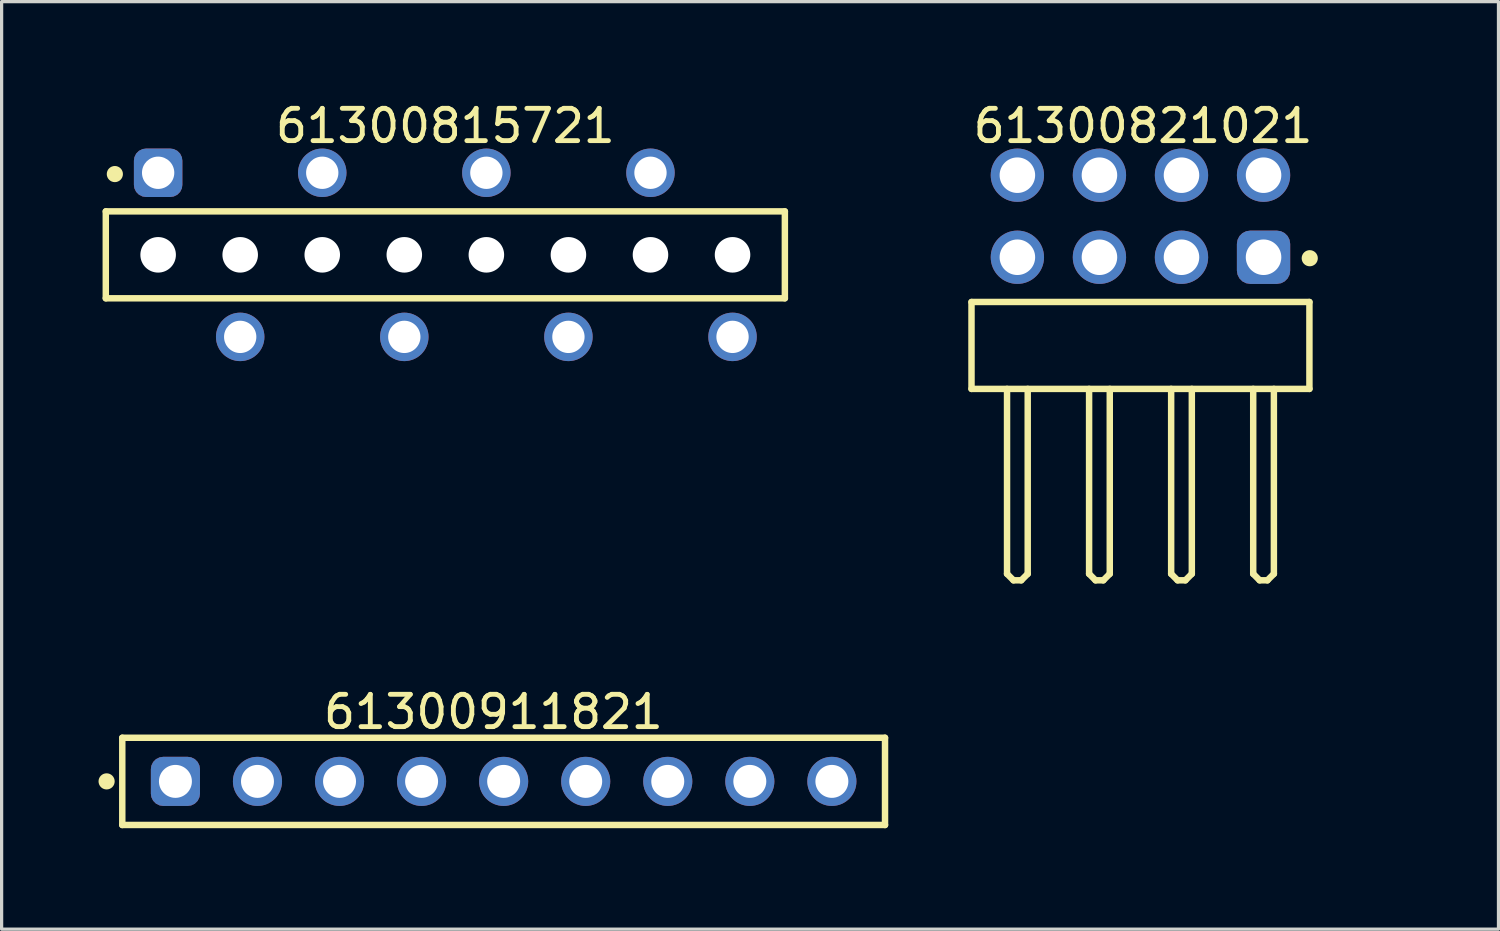
<source format=kicad_pcb>
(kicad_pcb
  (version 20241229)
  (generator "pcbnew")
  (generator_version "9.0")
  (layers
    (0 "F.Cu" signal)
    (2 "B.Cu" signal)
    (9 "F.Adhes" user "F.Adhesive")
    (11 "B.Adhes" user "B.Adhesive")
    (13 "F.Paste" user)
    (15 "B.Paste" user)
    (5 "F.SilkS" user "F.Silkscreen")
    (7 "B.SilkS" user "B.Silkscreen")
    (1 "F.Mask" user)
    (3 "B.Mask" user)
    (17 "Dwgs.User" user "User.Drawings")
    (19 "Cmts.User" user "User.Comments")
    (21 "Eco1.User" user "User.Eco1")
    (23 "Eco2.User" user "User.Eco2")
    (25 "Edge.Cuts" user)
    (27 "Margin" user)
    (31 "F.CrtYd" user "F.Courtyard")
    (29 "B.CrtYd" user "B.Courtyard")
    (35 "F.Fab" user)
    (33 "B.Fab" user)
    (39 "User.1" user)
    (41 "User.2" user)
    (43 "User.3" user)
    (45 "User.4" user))
  (footprint "61300911821"
    (layer "F.Cu")
    (at 12.54 21.137)
    (property "Reference" "61300911821" (at -0.318 -2.15 0) (layer "F.SilkS") (effects (font (size 1 1) (thickness 0.15))))
    (fp_line (start -11.805 -1.35) (end 11.805 -1.35) (stroke (width 0.2) (type solid)) (layer "F.SilkS"))
    (fp_line (start -11.805 1.35) (end -11.805 -1.35) (stroke (width 0.2) (type solid)) (layer "F.SilkS"))
    (fp_line (start -11.805 1.35) (end 11.805 1.35) (stroke (width 0.2) (type solid)) (layer "F.SilkS"))
    (fp_line (start 11.805 1.35) (end 11.805 -1.35) (stroke (width 0.2) (type solid)) (layer "F.SilkS"))
    (fp_circle (center -12.29 0) (end -12.29 -0.125) (stroke (width 0.25) (type solid)) (fill no) (layer "F.SilkS"))
    (fp_line (start -12.005 -1.55) (end 12.005 -1.55) (stroke (width 0.05) (type solid)) (layer "Eco2.User"))
    (fp_line (start -12.005 1.55) (end -12.005 -1.55) (stroke (width 0.05) (type solid)) (layer "Eco2.User"))
    (fp_line (start -12.005 1.55) (end 12.005 1.55) (stroke (width 0.05) (type solid)) (layer "Eco2.User"))
    (fp_line (start -11.68 -1.25) (end 11.68 -1.25) (stroke (width 0.1) (type solid)) (layer "Eco2.User"))
    (fp_line (start -11.68 1.25) (end -11.68 -1.25) (stroke (width 0.1) (type solid)) (layer "Eco2.User"))
    (fp_line (start -11.68 1.25) (end 11.68 1.25) (stroke (width 0.1) (type solid)) (layer "Eco2.User"))
    (fp_line (start -0.5 0) (end 0.5 0) (stroke (width 0.05) (type solid)) (layer "Eco2.User"))
    (fp_line (start 0 0.5) (end 0 -0.5) (stroke (width 0.05) (type solid)) (layer "Eco2.User"))
    (fp_line (start 11.68 1.25) (end 11.68 -1.25) (stroke (width 0.1) (type solid)) (layer "Eco2.User"))
    (fp_line (start 12.005 1.55) (end 12.005 -1.55) (stroke (width 0.05) (type solid)) (layer "Eco2.User"))
    (fp_text user "${REFERENCE}" (at 0.15 -0.197 0) (unlocked yes) (layer "User.3") (effects (font (size 1.5 1.5) (thickness 0.15))))
    (pad "1" thru_hole roundrect (at -10.16 0) (size 1.52 1.52) (drill 1.02) (layers "*.Cu" "*.Mask") (roundrect_rratio 0.25))
    (pad "2" thru_hole circle (at -7.62 0) (size 1.52 1.52) (drill 1.02) (layers "*.Cu" "*.Mask"))
    (pad "3" thru_hole circle (at -5.08 0) (size 1.52 1.52) (drill 1.02) (layers "*.Cu" "*.Mask"))
    (pad "4" thru_hole circle (at -2.54 0) (size 1.52 1.52) (drill 1.02) (layers "*.Cu" "*.Mask"))
    (pad "5" thru_hole circle (at 0 0) (size 1.52 1.52) (drill 1.02) (layers "*.Cu" "*.Mask"))
    (pad "6" thru_hole circle (at 2.54 0) (size 1.52 1.52) (drill 1.02) (layers "*.Cu" "*.Mask"))
    (pad "7" thru_hole circle (at 5.08 0) (size 1.52 1.52) (drill 1.02) (layers "*.Cu" "*.Mask"))
    (pad "8" thru_hole circle (at 7.62 0) (size 1.52 1.52) (drill 1.02) (layers "*.Cu" "*.Mask"))
    (pad "9" thru_hole circle (at 10.16 0) (size 1.52 1.52) (drill 1.02) (layers "*.Cu" "*.Mask")))
  (footprint "61300815721"
    (layer "F.Cu")
    (at 10.735 4.838)
    (property "Reference" "61300815721" (at 0 -3.99 0) (layer "F.SilkS") (effects (font (size 1 1) (thickness 0.15))))
    (fp_line (start -10.51 -1.345) (end 10.51 -1.345) (stroke (width 0.2) (type solid)) (layer "F.SilkS"))
    (fp_line (start -10.51 1.345) (end -10.51 -1.345) (stroke (width 0.2) (type solid)) (layer "F.SilkS"))
    (fp_line (start -10.51 1.345) (end 10.51 1.345) (stroke (width 0.2) (type solid)) (layer "F.SilkS"))
    (fp_line (start 10.51 1.345) (end 10.51 -1.345) (stroke (width 0.2) (type solid)) (layer "F.SilkS"))
    (fp_circle (center -10.23 -2.5) (end -10.23 -2.625) (stroke (width 0.25) (type solid)) (fill no) (layer "F.SilkS"))
    (fp_line (start -10.71 -3.49) (end 10.71 -3.49) (stroke (width 0.05) (type solid)) (layer "Eco2.User"))
    (fp_line (start -10.71 3.49) (end -10.71 -3.49) (stroke (width 0.05) (type solid)) (layer "Eco2.User"))
    (fp_line (start -10.71 3.49) (end 10.71 3.49) (stroke (width 0.05) (type solid)) (layer "Eco2.User"))
    (fp_line (start -10.41 -1.27) (end 10.41 -1.27) (stroke (width 0.1) (type solid)) (layer "Eco2.User"))
    (fp_line (start -10.41 1.27) (end -10.41 -1.27) (stroke (width 0.1) (type solid)) (layer "Eco2.User"))
    (fp_line (start -10.41 1.27) (end 10.41 1.27) (stroke (width 0.1) (type solid)) (layer "Eco2.User"))
    (fp_line (start -9.29 -2.665) (end -8.49 -2.665) (stroke (width 0.1) (type solid)) (layer "Eco2.User"))
    (fp_line (start -9.29 -1.27) (end -9.29 -2.665) (stroke (width 0.1) (type solid)) (layer "Eco2.User"))
    (fp_line (start -8.49 -1.27) (end -8.49 -2.665) (stroke (width 0.1) (type solid)) (layer "Eco2.User"))
    (fp_line (start -6.75 2.665) (end -6.75 1.27) (stroke (width 0.1) (type solid)) (layer "Eco2.User"))
    (fp_line (start -6.75 2.665) (end -5.95 2.665) (stroke (width 0.1) (type solid)) (layer "Eco2.User"))
    (fp_line (start -5.95 2.665) (end -5.95 1.27) (stroke (width 0.1) (type solid)) (layer "Eco2.User"))
    (fp_line (start -4.21 -2.665) (end -3.41 -2.665) (stroke (width 0.1) (type solid)) (layer "Eco2.User"))
    (fp_line (start -4.21 -1.27) (end -4.21 -2.665) (stroke (width 0.1) (type solid)) (layer "Eco2.User"))
    (fp_line (start -3.41 -1.27) (end -3.41 -2.665) (stroke (width 0.1) (type solid)) (layer "Eco2.User"))
    (fp_line (start -1.67 2.665) (end -1.67 1.27) (stroke (width 0.1) (type solid)) (layer "Eco2.User"))
    (fp_line (start -1.67 2.665) (end -0.87 2.665) (stroke (width 0.1) (type solid)) (layer "Eco2.User"))
    (fp_line (start -0.87 2.665) (end -0.87 1.27) (stroke (width 0.1) (type solid)) (layer "Eco2.User"))
    (fp_line (start -0.5 0) (end 0.5 0) (stroke (width 0.05) (type solid)) (layer "Eco2.User"))
    (fp_line (start 0 0.5) (end 0 -0.5) (stroke (width 0.05) (type solid)) (layer "Eco2.User"))
    (fp_line (start 0.87 -2.665) (end 1.67 -2.665) (stroke (width 0.1) (type solid)) (layer "Eco2.User"))
    (fp_line (start 0.87 -1.27) (end 0.87 -2.665) (stroke (width 0.1) (type solid)) (layer "Eco2.User"))
    (fp_line (start 1.67 -1.27) (end 1.67 -2.665) (stroke (width 0.1) (type solid)) (layer "Eco2.User"))
    (fp_line (start 3.41 2.665) (end 3.41 1.27) (stroke (width 0.1) (type solid)) (layer "Eco2.User"))
    (fp_line (start 3.41 2.665) (end 4.21 2.665) (stroke (width 0.1) (type solid)) (layer "Eco2.User"))
    (fp_line (start 4.21 2.665) (end 4.21 1.27) (stroke (width 0.1) (type solid)) (layer "Eco2.User"))
    (fp_line (start 5.95 -2.665) (end 6.75 -2.665) (stroke (width 0.1) (type solid)) (layer "Eco2.User"))
    (fp_line (start 5.95 -1.27) (end 5.95 -2.665) (stroke (width 0.1) (type solid)) (layer "Eco2.User"))
    (fp_line (start 6.75 -1.27) (end 6.75 -2.665) (stroke (width 0.1) (type solid)) (layer "Eco2.User"))
    (fp_line (start 8.49 2.665) (end 8.49 1.27) (stroke (width 0.1) (type solid)) (layer "Eco2.User"))
    (fp_line (start 8.49 2.665) (end 9.29 2.665) (stroke (width 0.1) (type solid)) (layer "Eco2.User"))
    (fp_line (start 9.29 2.665) (end 9.29 1.27) (stroke (width 0.1) (type solid)) (layer "Eco2.User"))
    (fp_line (start 10.41 1.27) (end 10.41 -1.27) (stroke (width 0.1) (type solid)) (layer "Eco2.User"))
    (fp_line (start 10.71 3.49) (end 10.71 -3.49) (stroke (width 0.05) (type solid)) (layer "Eco2.User"))
    (fp_text user "${REFERENCE}" (at 0.15 -0.197 0) (unlocked yes) (layer "User.3") (effects (font (size 1.5 1.5) (thickness 0.15))))
    (pad "" np_thru_hole circle (at -8.89 0 180) (size 1.1 1.1) (drill 1.1) (layers "*.Cu" "*.Mask"))
    (pad "" np_thru_hole circle (at -6.35 0 180) (size 1.1 1.1) (drill 1.1) (layers "*.Cu" "*.Mask"))
    (pad "" np_thru_hole circle (at -3.81 0 180) (size 1.1 1.1) (drill 1.1) (layers "*.Cu" "*.Mask"))
    (pad "" np_thru_hole circle (at -1.27 0 180) (size 1.1 1.1) (drill 1.1) (layers "*.Cu" "*.Mask"))
    (pad "" np_thru_hole circle (at 1.27 0 180) (size 1.1 1.1) (drill 1.1) (layers "*.Cu" "*.Mask"))
    (pad "" np_thru_hole circle (at 3.81 0 180) (size 1.1 1.1) (drill 1.1) (layers "*.Cu" "*.Mask"))
    (pad "" np_thru_hole circle (at 6.35 0 180) (size 1.1 1.1) (drill 1.1) (layers "*.Cu" "*.Mask"))
    (pad "" np_thru_hole circle (at 8.89 0 180) (size 1.1 1.1) (drill 1.1) (layers "*.Cu" "*.Mask"))
    (pad "1" thru_hole roundrect (at -8.89 -2.54 180) (size 1.5 1.5) (drill 1) (layers "*.Cu" "*.Mask") (roundrect_rratio 0.25))
    (pad "2" thru_hole circle (at -6.35 2.54 180) (size 1.5 1.5) (drill 1) (layers "*.Cu" "*.Mask"))
    (pad "3" thru_hole circle (at -3.81 -2.54 180) (size 1.5 1.5) (drill 1) (layers "*.Cu" "*.Mask"))
    (pad "4" thru_hole circle (at -1.27 2.54 180) (size 1.5 1.5) (drill 1) (layers "*.Cu" "*.Mask"))
    (pad "5" thru_hole circle (at 1.27 -2.54 180) (size 1.5 1.5) (drill 1) (layers "*.Cu" "*.Mask"))
    (pad "6" thru_hole circle (at 3.81 2.54 180) (size 1.5 1.5) (drill 1) (layers "*.Cu" "*.Mask"))
    (pad "7" thru_hole circle (at 6.35 -2.54 180) (size 1.5 1.5) (drill 1) (layers "*.Cu" "*.Mask"))
    (pad "8" thru_hole circle (at 8.89 2.54 180) (size 1.5 1.5) (drill 1) (layers "*.Cu" "*.Mask")))
  (footprint "61300821021"
    (layer "F.Cu")
    (at 32.252 7.643)
    (property "Reference" "61300821021" (at 0.08 -6.795 0) (layer "F.SilkS") (effects (font (size 1 1) (thickness 0.15))))
    (fp_line (start -5.23 -1.345) (end 5.23 -1.345) (stroke (width 0.2) (type solid)) (layer "F.SilkS"))
    (fp_line (start -5.23 1.345) (end -5.23 -1.345) (stroke (width 0.2) (type solid)) (layer "F.SilkS"))
    (fp_line (start -5.23 1.345) (end 5.23 1.345) (stroke (width 0.2) (type solid)) (layer "F.SilkS"))
    (fp_line (start -4.13 7.07) (end -4.13 1.345) (stroke (width 0.2) (type solid)) (layer "F.SilkS"))
    (fp_line (start -4.13 7.07) (end -3.93 7.27) (stroke (width 0.2) (type solid)) (layer "F.SilkS"))
    (fp_line (start -3.93 7.27) (end -3.69 7.27) (stroke (width 0.2) (type solid)) (layer "F.SilkS"))
    (fp_line (start -3.69 7.27) (end -3.49 7.07) (stroke (width 0.2) (type solid)) (layer "F.SilkS"))
    (fp_line (start -3.49 7.07) (end -3.49 1.345) (stroke (width 0.2) (type solid)) (layer "F.SilkS"))
    (fp_line (start -1.59 7.07) (end -1.59 1.345) (stroke (width 0.2) (type solid)) (layer "F.SilkS"))
    (fp_line (start -1.59 7.07) (end -1.39 7.27) (stroke (width 0.2) (type solid)) (layer "F.SilkS"))
    (fp_line (start -1.39 7.27) (end -1.15 7.27) (stroke (width 0.2) (type solid)) (layer "F.SilkS"))
    (fp_line (start -1.15 7.27) (end -0.95 7.07) (stroke (width 0.2) (type solid)) (layer "F.SilkS"))
    (fp_line (start -0.95 7.07) (end -0.95 1.345) (stroke (width 0.2) (type solid)) (layer "F.SilkS"))
    (fp_line (start 0.95 7.07) (end 0.95 1.345) (stroke (width 0.2) (type solid)) (layer "F.SilkS"))
    (fp_line (start 0.95 7.07) (end 1.15 7.27) (stroke (width 0.2) (type solid)) (layer "F.SilkS"))
    (fp_line (start 1.15 7.27) (end 1.39 7.27) (stroke (width 0.2) (type solid)) (layer "F.SilkS"))
    (fp_line (start 1.39 7.27) (end 1.59 7.07) (stroke (width 0.2) (type solid)) (layer "F.SilkS"))
    (fp_line (start 1.59 7.07) (end 1.59 1.345) (stroke (width 0.2) (type solid)) (layer "F.SilkS"))
    (fp_line (start 3.49 7.07) (end 3.49 1.345) (stroke (width 0.2) (type solid)) (layer "F.SilkS"))
    (fp_line (start 3.49 7.07) (end 3.69 7.27) (stroke (width 0.2) (type solid)) (layer "F.SilkS"))
    (fp_line (start 3.69 7.27) (end 3.93 7.27) (stroke (width 0.2) (type solid)) (layer "F.SilkS"))
    (fp_line (start 3.93 7.27) (end 4.13 7.07) (stroke (width 0.2) (type solid)) (layer "F.SilkS"))
    (fp_line (start 4.13 7.07) (end 4.13 1.345) (stroke (width 0.2) (type solid)) (layer "F.SilkS"))
    (fp_line (start 5.23 1.345) (end 5.23 -1.345) (stroke (width 0.2) (type solid)) (layer "F.SilkS"))
    (fp_circle (center 5.24 -2.7) (end 5.24 -2.825) (stroke (width 0.25) (type solid)) (fill no) (layer "F.SilkS"))
    (fp_line (start -5.43 -6.295) (end 5.43 -6.295) (stroke (width 0.05) (type solid)) (layer "Eco2.User"))
    (fp_line (start -5.43 7.47) (end -5.43 -6.295) (stroke (width 0.05) (type solid)) (layer "Eco2.User"))
    (fp_line (start -5.43 7.47) (end 5.43 7.47) (stroke (width 0.05) (type solid)) (layer "Eco2.User"))
    (fp_line (start -5.08 -1.27) (end 5.08 -1.27) (stroke (width 0.1) (type solid)) (layer "Eco2.User"))
    (fp_line (start -5.08 1.27) (end -5.08 -1.27) (stroke (width 0.1) (type solid)) (layer "Eco2.User"))
    (fp_line (start -5.08 1.27) (end 5.08 1.27) (stroke (width 0.1) (type solid)) (layer "Eco2.User"))
    (fp_line (start -4.13 -5.63) (end -3.49 -5.63) (stroke (width 0.1) (type solid)) (layer "Eco2.User"))
    (fp_line (start -4.13 -3.09) (end -3.49 -3.09) (stroke (width 0.1) (type solid)) (layer "Eco2.User"))
    (fp_line (start -4.13 -1.27) (end -4.13 -5.63) (stroke (width 0.1) (type solid)) (layer "Eco2.User"))
    (fp_line (start -4.13 7.07) (end -4.13 1.27) (stroke (width 0.1) (type solid)) (layer "Eco2.User"))
    (fp_line (start -4.13 7.07) (end -3.93 7.27) (stroke (width 0.1) (type solid)) (layer "Eco2.User"))
    (fp_line (start -3.93 7.27) (end -3.69 7.27) (stroke (width 0.1) (type solid)) (layer "Eco2.User"))
    (fp_line (start -3.69 7.27) (end -3.49 7.07) (stroke (width 0.1) (type solid)) (layer "Eco2.User"))
    (fp_line (start -3.49 -1.27) (end -3.49 -5.63) (stroke (width 0.1) (type solid)) (layer "Eco2.User"))
    (fp_line (start -3.49 7.07) (end -3.49 1.27) (stroke (width 0.1) (type solid)) (layer "Eco2.User"))
    (fp_line (start -1.59 -5.63) (end -0.95 -5.63) (stroke (width 0.1) (type solid)) (layer "Eco2.User"))
    (fp_line (start -1.59 -3.09) (end -0.95 -3.09) (stroke (width 0.1) (type solid)) (layer "Eco2.User"))
    (fp_line (start -1.59 -1.27) (end -1.59 -5.63) (stroke (width 0.1) (type solid)) (layer "Eco2.User"))
    (fp_line (start -1.59 7.07) (end -1.59 1.27) (stroke (width 0.1) (type solid)) (layer "Eco2.User"))
    (fp_line (start -1.59 7.07) (end -1.39 7.27) (stroke (width 0.1) (type solid)) (layer "Eco2.User"))
    (fp_line (start -1.39 7.27) (end -1.15 7.27) (stroke (width 0.1) (type solid)) (layer "Eco2.User"))
    (fp_line (start -1.15 7.27) (end -0.95 7.07) (stroke (width 0.1) (type solid)) (layer "Eco2.User"))
    (fp_line (start -0.95 -1.27) (end -0.95 -5.63) (stroke (width 0.1) (type solid)) (layer "Eco2.User"))
    (fp_line (start -0.95 7.07) (end -0.95 1.27) (stroke (width 0.1) (type solid)) (layer "Eco2.User"))
    (fp_line (start -0.5 0) (end 0.5 0) (stroke (width 0.05) (type solid)) (layer "Eco2.User"))
    (fp_line (start 0 0.5) (end 0 -0.5) (stroke (width 0.05) (type solid)) (layer "Eco2.User"))
    (fp_line (start 0.95 -5.63) (end 1.59 -5.63) (stroke (width 0.1) (type solid)) (layer "Eco2.User"))
    (fp_line (start 0.95 -3.09) (end 1.59 -3.09) (stroke (width 0.1) (type solid)) (layer "Eco2.User"))
    (fp_line (start 0.95 -1.27) (end 0.95 -5.63) (stroke (width 0.1) (type solid)) (layer "Eco2.User"))
    (fp_line (start 0.95 7.07) (end 0.95 1.27) (stroke (width 0.1) (type solid)) (layer "Eco2.User"))
    (fp_line (start 0.95 7.07) (end 1.15 7.27) (stroke (width 0.1) (type solid)) (layer "Eco2.User"))
    (fp_line (start 1.15 7.27) (end 1.39 7.27) (stroke (width 0.1) (type solid)) (layer "Eco2.User"))
    (fp_line (start 1.39 7.27) (end 1.59 7.07) (stroke (width 0.1) (type solid)) (layer "Eco2.User"))
    (fp_line (start 1.59 -1.27) (end 1.59 -5.63) (stroke (width 0.1) (type solid)) (layer "Eco2.User"))
    (fp_line (start 1.59 7.07) (end 1.59 1.27) (stroke (width 0.1) (type solid)) (layer "Eco2.User"))
    (fp_line (start 3.49 -5.63) (end 4.13 -5.63) (stroke (width 0.1) (type solid)) (layer "Eco2.User"))
    (fp_line (start 3.49 -3.09) (end 4.13 -3.09) (stroke (width 0.1) (type solid)) (layer "Eco2.User"))
    (fp_line (start 3.49 -1.27) (end 3.49 -5.63) (stroke (width 0.1) (type solid)) (layer "Eco2.User"))
    (fp_line (start 3.49 7.07) (end 3.49 1.27) (stroke (width 0.1) (type solid)) (layer "Eco2.User"))
    (fp_line (start 3.49 7.07) (end 3.69 7.27) (stroke (width 0.1) (type solid)) (layer "Eco2.User"))
    (fp_line (start 3.69 7.27) (end 3.93 7.27) (stroke (width 0.1) (type solid)) (layer "Eco2.User"))
    (fp_line (start 3.93 7.27) (end 4.13 7.07) (stroke (width 0.1) (type solid)) (layer "Eco2.User"))
    (fp_line (start 4.13 -1.27) (end 4.13 -5.63) (stroke (width 0.1) (type solid)) (layer "Eco2.User"))
    (fp_line (start 4.13 7.07) (end 4.13 1.27) (stroke (width 0.1) (type solid)) (layer "Eco2.User"))
    (fp_line (start 5.08 1.27) (end 5.08 -1.27) (stroke (width 0.1) (type solid)) (layer "Eco2.User"))
    (fp_line (start 5.43 7.47) (end 5.43 -6.295) (stroke (width 0.05) (type solid)) (layer "Eco2.User"))
    (fp_text user "${REFERENCE}" (at 0.15 -0.197 0) (unlocked yes) (layer "User.3") (effects (font (size 1.5 1.5) (thickness 0.15))))
    (pad "1" thru_hole roundrect (at 3.81 -2.73) (size 1.65 1.65) (drill 1.1) (layers "*.Cu" "*.Mask") (roundrect_rratio 0.25))
    (pad "2" thru_hole circle (at 3.81 -5.27) (size 1.65 1.65) (drill 1.1) (layers "*.Cu" "*.Mask"))
    (pad "3" thru_hole circle (at 1.27 -2.73) (size 1.65 1.65) (drill 1.1) (layers "*.Cu" "*.Mask"))
    (pad "4" thru_hole circle (at 1.27 -5.27) (size 1.65 1.65) (drill 1.1) (layers "*.Cu" "*.Mask"))
    (pad "5" thru_hole circle (at -1.27 -2.73) (size 1.65 1.65) (drill 1.1) (layers "*.Cu" "*.Mask"))
    (pad "6" thru_hole circle (at -1.27 -5.27) (size 1.65 1.65) (drill 1.1) (layers "*.Cu" "*.Mask"))
    (pad "7" thru_hole circle (at -3.81 -2.73) (size 1.65 1.65) (drill 1.1) (layers "*.Cu" "*.Mask"))
    (pad "8" thru_hole circle (at -3.81 -5.27) (size 1.65 1.65) (drill 1.1) (layers "*.Cu" "*.Mask")))
  (gr_rect
    (start -3 -3)
    (end 43.334 25.712)
    (stroke (width 0.1) (type default))
    (fill no)
    (layer "Edge.Cuts")))
</source>
